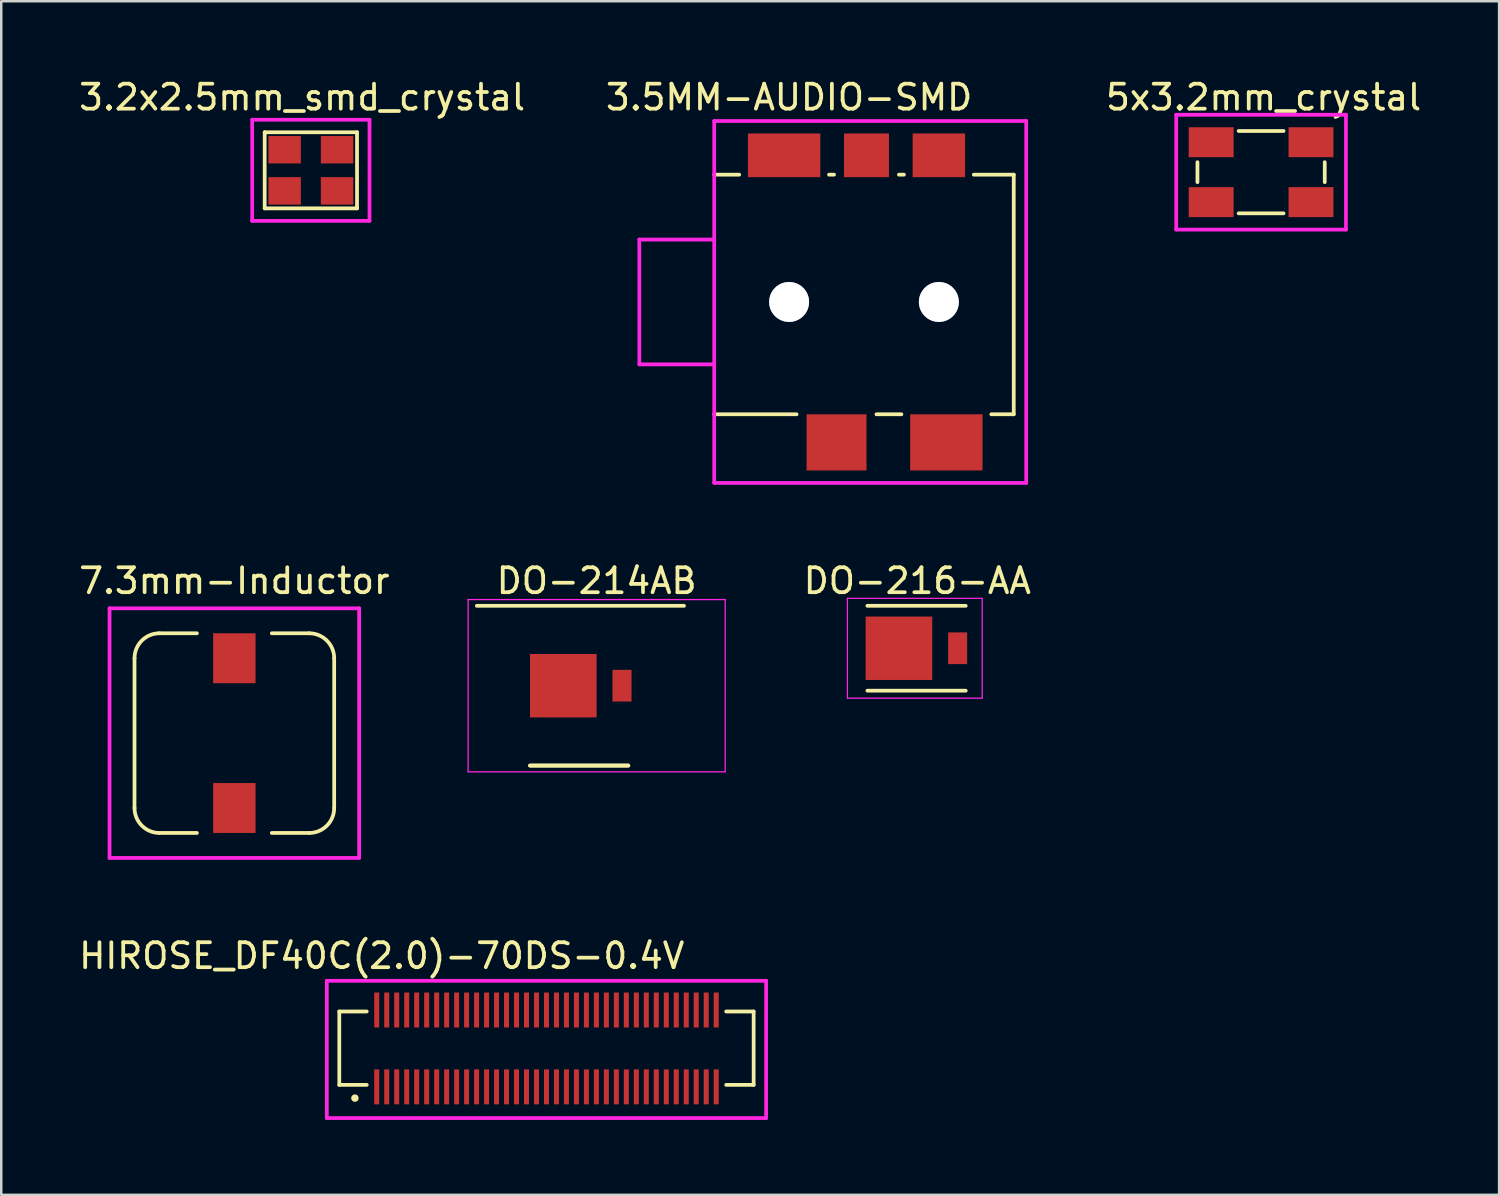
<source format=kicad_pcb>
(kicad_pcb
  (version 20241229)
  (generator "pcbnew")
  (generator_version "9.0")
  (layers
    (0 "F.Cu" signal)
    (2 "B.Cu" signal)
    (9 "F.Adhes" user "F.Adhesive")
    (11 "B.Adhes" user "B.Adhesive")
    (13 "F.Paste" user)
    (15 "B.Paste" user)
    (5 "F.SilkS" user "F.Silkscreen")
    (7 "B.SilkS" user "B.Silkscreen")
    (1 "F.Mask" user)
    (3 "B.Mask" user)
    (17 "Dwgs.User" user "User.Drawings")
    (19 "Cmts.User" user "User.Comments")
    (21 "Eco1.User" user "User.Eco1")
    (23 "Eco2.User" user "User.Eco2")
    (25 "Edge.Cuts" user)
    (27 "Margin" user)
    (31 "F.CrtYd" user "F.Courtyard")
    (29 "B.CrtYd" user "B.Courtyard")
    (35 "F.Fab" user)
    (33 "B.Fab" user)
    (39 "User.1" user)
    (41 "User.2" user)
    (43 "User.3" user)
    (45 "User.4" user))
  (footprint "3.5MM-AUDIO-SMD"
    (layer "F.Cu")
    (at 28.565 9.048)
    (property "Reference" "3.5MM-AUDIO-SMD" (at 0 -8.2 0) (layer "F.SilkS") (effects (font (size 1 1) (thickness 0.15))))
    (attr through_hole)
    (fp_line (start -3 -5.1) (end -2 -5.1) (stroke (width 0.15) (type solid)) (layer "F.SilkS"))
    (fp_line (start 0.3 4.5) (end -3 4.5) (stroke (width 0.15) (type solid)) (layer "F.SilkS"))
    (fp_line (start 1.8 -5.1) (end 1.6 -5.1) (stroke (width 0.15) (type solid)) (layer "F.SilkS"))
    (fp_line (start 3.5 4.5) (end 4.5 4.5) (stroke (width 0.15) (type solid)) (layer "F.SilkS"))
    (fp_line (start 4.4 -5.1) (end 4.6 -5.1) (stroke (width 0.15) (type solid)) (layer "F.SilkS"))
    (fp_line (start 7.4 -5.1) (end 9 -5.1) (stroke (width 0.15) (type solid)) (layer "F.SilkS"))
    (fp_line (start 9 -5.1) (end 9 4.5) (stroke (width 0.15) (type solid)) (layer "F.SilkS"))
    (fp_line (start 9 4.5) (end 8.1 4.5) (stroke (width 0.15) (type solid)) (layer "F.SilkS"))
    (fp_line (start -6 -2.5) (end -3 -2.5) (stroke (width 0.15) (type solid)) (layer "F.CrtYd"))
    (fp_line (start -6 2.5) (end -6 -2.5) (stroke (width 0.15) (type solid)) (layer "F.CrtYd"))
    (fp_line (start -6 2.5) (end -3 2.5) (stroke (width 0.15) (type solid)) (layer "F.CrtYd"))
    (fp_line (start -3 -7.25) (end -3 7.25) (stroke (width 0.15) (type solid)) (layer "F.CrtYd"))
    (fp_line (start -3 -7.25) (end 9.5 -7.25) (stroke (width 0.15) (type solid)) (layer "F.CrtYd"))
    (fp_line (start -3 7.25) (end 9.5 7.25) (stroke (width 0.15) (type solid)) (layer "F.CrtYd"))
    (fp_line (start 9.5 -7.25) (end 9.5 7.25) (stroke (width 0.15) (type solid)) (layer "F.CrtYd"))
    (pad "1" smd rect (at -0.2 -5.875 180) (size 2.9 1.75) (layers "F.Cu" "F.Mask" "F.Paste"))
    (pad "2" smd rect (at 6.3 5.625 180) (size 2.9 2.25) (layers "F.Cu" "F.Mask" "F.Paste"))
    (pad "3" smd rect (at 6 -5.875 180) (size 2.1 1.75) (layers "F.Cu" "F.Mask" "F.Paste"))
    (pad "4" smd rect (at 1.9 5.625 180) (size 2.4 2.25) (layers "F.Cu" "F.Mask" "F.Paste"))
    (pad "5" smd rect (at 3.1 -5.875 180) (size 1.8 1.75) (layers "F.Cu" "F.Mask" "F.Paste"))
    (pad "~" thru_hole circle (at 0 0) (size 1.6 1.6) (drill 1.6) (layers "*.Cu" "*.Mask"))
    (pad "~" thru_hole circle (at 6 0 90) (size 1.6 1.6) (drill 1.6) (layers "*.Cu" "*.Mask")))
  (footprint "5x3.2mm_crystal"
    (layer "F.Cu")
    (at 47.475 3.848)
    (property "Reference" "5x3.2mm_crystal" (at 0.1 -3 0) (layer "F.SilkS") (effects (font (size 1 1) (thickness 0.15))))
    (attr through_hole)
    (fp_line (start -2.55 0.4) (end -2.55 -0.4) (stroke (width 0.15) (type solid)) (layer "F.SilkS"))
    (fp_line (start -0.9 -1.65) (end 0.9 -1.65) (stroke (width 0.15) (type solid)) (layer "F.SilkS"))
    (fp_line (start -0.9 1.65) (end 0.9 1.65) (stroke (width 0.15) (type solid)) (layer "F.SilkS"))
    (fp_line (start 2.55 0.4) (end 2.55 -0.4) (stroke (width 0.15) (type solid)) (layer "F.SilkS"))
    (fp_line (start -3.4 -2.3) (end -3.4 2.3) (stroke (width 0.15) (type solid)) (layer "F.CrtYd"))
    (fp_line (start -3.4 2.3) (end 3.4 2.3) (stroke (width 0.15) (type solid)) (layer "F.CrtYd"))
    (fp_line (start 3.4 -2.3) (end -3.4 -2.3) (stroke (width 0.15) (type solid)) (layer "F.CrtYd"))
    (fp_line (start 3.4 2.3) (end 3.4 -2.3) (stroke (width 0.15) (type solid)) (layer "F.CrtYd"))
    (pad "1" smd rect (at -2 1.2) (size 1.8 1.2) (layers "F.Cu" "F.Mask" "F.Paste"))
    (pad "2" smd rect (at 2 1.2) (size 1.8 1.2) (layers "F.Cu" "F.Mask" "F.Paste"))
    (pad "3" smd rect (at 2 -1.2) (size 1.8 1.2) (layers "F.Cu" "F.Mask" "F.Paste"))
    (pad "4" smd rect (at -2 -1.2) (size 1.8 1.2) (layers "F.Cu" "F.Mask" "F.Paste")))
  (footprint "7.3mm-Inductor"
    (layer "F.Cu")
    (at 6.339 26.322)
    (property "Reference" "7.3mm-Inductor" (at 0 -6.1 0) (layer "F.SilkS") (effects (font (size 1 1) (thickness 0.15))))
    (attr through_hole)
    (fp_line (start -4 3) (end -4 -3) (stroke (width 0.15) (type solid)) (layer "F.SilkS"))
    (fp_line (start -3 -4) (end -1.5 -4) (stroke (width 0.15) (type solid)) (layer "F.SilkS"))
    (fp_line (start -3 4) (end -1.5 4) (stroke (width 0.15) (type solid)) (layer "F.SilkS"))
    (fp_line (start 1.5 -4) (end 3 -4) (stroke (width 0.15) (type solid)) (layer "F.SilkS"))
    (fp_line (start 1.5 4) (end 3 4) (stroke (width 0.15) (type solid)) (layer "F.SilkS"))
    (fp_line (start 4 -3) (end 4 3) (stroke (width 0.15) (type solid)) (layer "F.SilkS"))
    (fp_arc (start -4 -3) (mid -3.707107 -3.707107) (end -3 -4) (stroke (width 0.15) (type solid)) (layer "F.SilkS"))
    (fp_arc (start -3 4) (mid -3.707107 3.707107) (end -4 3) (stroke (width 0.15) (type solid)) (layer "F.SilkS"))
    (fp_arc (start 3 -4) (mid 3.707107 -3.707107) (end 4 -3) (stroke (width 0.15) (type solid)) (layer "F.SilkS"))
    (fp_arc (start 4 3) (mid 3.707107 3.707107) (end 3 4) (stroke (width 0.15) (type solid)) (layer "F.SilkS"))
    (fp_line (start -5 -5) (end 5 -5) (stroke (width 0.15) (type solid)) (layer "F.CrtYd"))
    (fp_line (start -5 5) (end -5 -5) (stroke (width 0.15) (type solid)) (layer "F.CrtYd"))
    (fp_line (start 5 -5) (end 5 5) (stroke (width 0.15) (type solid)) (layer "F.CrtYd"))
    (fp_line (start 5 5) (end -5 5) (stroke (width 0.15) (type solid)) (layer "F.CrtYd"))
    (pad "1" smd rect (at 0 -3) (size 1.7 2) (layers "F.Cu" "F.Mask" "F.Paste"))
    (pad "2" smd rect (at 0 3) (size 1.7 2) (layers "F.Cu" "F.Mask" "F.Paste")))
  (footprint "DO-216-AA"
    (layer "F.Cu")
    (at 34.301 22.922)
    (property "Reference" "DO-216-AA" (at -0.6 -2.7 0) (layer "F.SilkS") (effects (font (size 1 1) (thickness 0.15))))
    (attr smd)
    (fp_line (start 1.34 -1.7) (end -2.6 -1.7) (stroke (width 0.15) (type solid)) (layer "F.SilkS"))
    (fp_line (start 1.34 1.7) (end -2.6 1.7) (stroke (width 0.15) (type solid)) (layer "F.SilkS"))
    (fp_line (start -3.4 -2) (end 2 -2) (stroke (width 0.05) (type solid)) (layer "F.CrtYd"))
    (fp_line (start -3.4 2) (end -3.4 -2) (stroke (width 0.05) (type solid)) (layer "F.CrtYd"))
    (fp_line (start 2 -2) (end 2 2) (stroke (width 0.05) (type solid)) (layer "F.CrtYd"))
    (fp_line (start 2 2) (end -3.4 2) (stroke (width 0.05) (type solid)) (layer "F.CrtYd"))
    (pad "1" smd rect (at -1.335 0) (size 2.67 2.54) (layers "F.Cu" "F.Mask" "F.Paste"))
    (pad "2" smd rect (at 1.016 0) (size 0.762 1.27) (layers "F.Cu" "F.Mask" "F.Paste")))
  (footprint "3.2x2.5mm_smd_crystal"
    (layer "F.Cu")
    (at 8.354 2.948)
    (property "Reference" "3.2x2.5mm_smd_crystal" (at 0.7 -2.1 0) (layer "F.SilkS") (effects (font (size 1 1) (thickness 0.15))))
    (attr through_hole)
    (fp_line (start -0.8 -0.7) (end -0.8 2.35) (stroke (width 0.15) (type solid)) (layer "F.SilkS"))
    (fp_line (start -0.8 -0.7) (end 2.9 -0.7) (stroke (width 0.15) (type solid)) (layer "F.SilkS"))
    (fp_line (start 2.9 -0.7) (end 2.9 2.35) (stroke (width 0.15) (type solid)) (layer "F.SilkS"))
    (fp_line (start 2.9 2.35) (end -0.8 2.35) (stroke (width 0.15) (type solid)) (layer "F.SilkS"))
    (fp_line (start -1.3 -1.2) (end -1.3 2.85) (stroke (width 0.15) (type solid)) (layer "F.CrtYd"))
    (fp_line (start -1.3 -1.2) (end 3.4 -1.2) (stroke (width 0.15) (type solid)) (layer "F.CrtYd"))
    (fp_line (start 3.4 2.85) (end -1.3 2.85) (stroke (width 0.15) (type solid)) (layer "F.CrtYd"))
    (fp_line (start 3.4 2.85) (end 3.4 -1.2) (stroke (width 0.15) (type solid)) (layer "F.CrtYd"))
    (pad "1" smd rect (at 0 1.65) (size 1.3 1.1) (layers "F.Cu" "F.Mask" "F.Paste"))
    (pad "2" smd rect (at 2.1 1.65) (size 1.3 1.1) (layers "F.Cu" "F.Mask" "F.Paste"))
    (pad "3" smd rect (at 2.1 0) (size 1.3 1.1) (layers "F.Cu" "F.Mask" "F.Paste"))
    (pad "4" smd rect (at 0 0) (size 1.3 1.1) (layers "F.Cu" "F.Mask" "F.Paste")))
  (footprint "HIROSE_DF40C(2.0)-70DS-0.4V"
    (layer "F.Cu")
    (at 18.844 38.945)
    (property "Reference" "HIROSE_DF40C(2.0)-70DS-0.4V" (at -6.6 -3.7 0) (layer "F.SilkS") (effects (font (size 1 1) (thickness 0.15))))
    (attr through_hole)
    (fp_line (start -8.3 -1.47) (end -7.2 -1.47) (stroke (width 0.15) (type solid)) (layer "F.SilkS"))
    (fp_line (start -8.3 1.47) (end -8.3 -1.47) (stroke (width 0.15) (type solid)) (layer "F.SilkS"))
    (fp_line (start -8.3 1.47) (end -7.2 1.47) (stroke (width 0.15) (type solid)) (layer "F.SilkS"))
    (fp_line (start 7.2 -1.47) (end 8.3 -1.47) (stroke (width 0.15) (type solid)) (layer "F.SilkS"))
    (fp_line (start 7.2 1.47) (end 8.3 1.47) (stroke (width 0.15) (type solid)) (layer "F.SilkS"))
    (fp_line (start 8.3 -1.47) (end 8.3 1.47) (stroke (width 0.15) (type solid)) (layer "F.SilkS"))
    (fp_circle (center -7.675 2) (end -7.6 2) (stroke (width 0.15) (type solid)) (fill no) (layer "F.SilkS"))
    (fp_line (start -8.8 -2.7) (end 8.8 -2.7) (stroke (width 0.15) (type solid)) (layer "F.CrtYd"))
    (fp_line (start -8.8 2.8) (end -8.8 -2.7) (stroke (width 0.15) (type solid)) (layer "F.CrtYd"))
    (fp_line (start 8.8 -2.7) (end 8.8 2.8) (stroke (width 0.15) (type solid)) (layer "F.CrtYd"))
    (fp_line (start 8.8 2.8) (end -8.8 2.8) (stroke (width 0.15) (type solid)) (layer "F.CrtYd"))
    (pad "1" smd rect (at -6.8 1.55) (size 0.2 1.4) (layers "F.Cu" "F.Mask" "F.Paste"))
    (pad "2" smd rect (at -6.8 -1.53) (size 0.2 1.4) (layers "F.Cu" "F.Mask" "F.Paste"))
    (pad "3" smd rect (at -6.4 1.55) (size 0.2 1.4) (layers "F.Cu" "F.Mask" "F.Paste"))
    (pad "4" smd rect (at -6.4 -1.53) (size 0.2 1.4) (layers "F.Cu" "F.Mask" "F.Paste"))
    (pad "5" smd rect (at -6 1.55) (size 0.2 1.4) (layers "F.Cu" "F.Mask" "F.Paste"))
    (pad "6" smd rect (at -6 -1.53) (size 0.2 1.4) (layers "F.Cu" "F.Mask" "F.Paste"))
    (pad "7" smd rect (at -5.6 1.55) (size 0.2 1.4) (layers "F.Cu" "F.Mask" "F.Paste"))
    (pad "8" smd rect (at -5.6 -1.53) (size 0.2 1.4) (layers "F.Cu" "F.Mask" "F.Paste"))
    (pad "9" smd rect (at -5.2 1.55) (size 0.2 1.4) (layers "F.Cu" "F.Mask" "F.Paste"))
    (pad "10" smd rect (at -5.2 -1.53) (size 0.2 1.4) (layers "F.Cu" "F.Mask" "F.Paste"))
    (pad "11" smd rect (at -4.8 1.55) (size 0.2 1.4) (layers "F.Cu" "F.Mask" "F.Paste"))
    (pad "12" smd rect (at -4.8 -1.53) (size 0.2 1.4) (layers "F.Cu" "F.Mask" "F.Paste"))
    (pad "13" smd rect (at -4.4 1.55) (size 0.2 1.4) (layers "F.Cu" "F.Mask" "F.Paste"))
    (pad "14" smd rect (at -4.4 -1.53) (size 0.2 1.4) (layers "F.Cu" "F.Mask" "F.Paste"))
    (pad "15" smd rect (at -4 1.55) (size 0.2 1.4) (layers "F.Cu" "F.Mask" "F.Paste"))
    (pad "16" smd rect (at -4 -1.53) (size 0.2 1.4) (layers "F.Cu" "F.Mask" "F.Paste"))
    (pad "17" smd rect (at -3.6 1.55) (size 0.2 1.4) (layers "F.Cu" "F.Mask" "F.Paste"))
    (pad "18" smd rect (at -3.6 -1.53) (size 0.2 1.4) (layers "F.Cu" "F.Mask" "F.Paste"))
    (pad "19" smd rect (at -3.2 1.55) (size 0.2 1.4) (layers "F.Cu" "F.Mask" "F.Paste"))
    (pad "20" smd rect (at -3.2 -1.53) (size 0.2 1.4) (layers "F.Cu" "F.Mask" "F.Paste"))
    (pad "21" smd rect (at -2.8 1.55) (size 0.2 1.4) (layers "F.Cu" "F.Mask" "F.Paste"))
    (pad "22" smd rect (at -2.8 -1.53) (size 0.2 1.4) (layers "F.Cu" "F.Mask" "F.Paste"))
    (pad "23" smd rect (at -2.4 1.55) (size 0.2 1.4) (layers "F.Cu" "F.Mask" "F.Paste"))
    (pad "24" smd rect (at -2.4 -1.53) (size 0.2 1.4) (layers "F.Cu" "F.Mask" "F.Paste"))
    (pad "25" smd rect (at -2 1.55) (size 0.2 1.4) (layers "F.Cu" "F.Mask" "F.Paste"))
    (pad "26" smd rect (at -2 -1.53) (size 0.2 1.4) (layers "F.Cu" "F.Mask" "F.Paste"))
    (pad "27" smd rect (at -1.6 1.55) (size 0.2 1.4) (layers "F.Cu" "F.Mask" "F.Paste"))
    (pad "28" smd rect (at -1.6 -1.53) (size 0.2 1.4) (layers "F.Cu" "F.Mask" "F.Paste"))
    (pad "29" smd rect (at -1.2 1.55) (size 0.2 1.4) (layers "F.Cu" "F.Mask" "F.Paste"))
    (pad "30" smd rect (at -1.2 -1.53) (size 0.2 1.4) (layers "F.Cu" "F.Mask" "F.Paste"))
    (pad "31" smd rect (at -0.8 1.55) (size 0.2 1.4) (layers "F.Cu" "F.Mask" "F.Paste"))
    (pad "32" smd rect (at -0.8 -1.53) (size 0.2 1.4) (layers "F.Cu" "F.Mask" "F.Paste"))
    (pad "33" smd rect (at -0.4 1.55) (size 0.2 1.4) (layers "F.Cu" "F.Mask" "F.Paste"))
    (pad "34" smd rect (at -0.4 -1.53) (size 0.2 1.4) (layers "F.Cu" "F.Mask" "F.Paste"))
    (pad "35" smd rect (at 0 1.55) (size 0.2 1.4) (layers "F.Cu" "F.Mask" "F.Paste"))
    (pad "36" smd rect (at 0 -1.53) (size 0.2 1.4) (layers "F.Cu" "F.Mask" "F.Paste"))
    (pad "37" smd rect (at 0.4 1.55) (size 0.2 1.4) (layers "F.Cu" "F.Mask" "F.Paste"))
    (pad "38" smd rect (at 0.4 -1.53) (size 0.2 1.4) (layers "F.Cu" "F.Mask" "F.Paste"))
    (pad "39" smd rect (at 0.8 1.55) (size 0.2 1.4) (layers "F.Cu" "F.Mask" "F.Paste"))
    (pad "40" smd rect (at 0.8 -1.53) (size 0.2 1.4) (layers "F.Cu" "F.Mask" "F.Paste"))
    (pad "41" smd rect (at 1.2 1.55) (size 0.2 1.4) (layers "F.Cu" "F.Mask" "F.Paste"))
    (pad "42" smd rect (at 1.2 -1.53) (size 0.2 1.4) (layers "F.Cu" "F.Mask" "F.Paste"))
    (pad "43" smd rect (at 1.6 1.55) (size 0.2 1.4) (layers "F.Cu" "F.Mask" "F.Paste"))
    (pad "44" smd rect (at 1.6 -1.53) (size 0.2 1.4) (layers "F.Cu" "F.Mask" "F.Paste"))
    (pad "45" smd rect (at 2 1.55) (size 0.2 1.4) (layers "F.Cu" "F.Mask" "F.Paste"))
    (pad "46" smd rect (at 2 -1.53) (size 0.2 1.4) (layers "F.Cu" "F.Mask" "F.Paste"))
    (pad "47" smd rect (at 2.4 1.55) (size 0.2 1.4) (layers "F.Cu" "F.Mask" "F.Paste"))
    (pad "48" smd rect (at 2.4 -1.53) (size 0.2 1.4) (layers "F.Cu" "F.Mask" "F.Paste"))
    (pad "49" smd rect (at 2.8 1.55) (size 0.2 1.4) (layers "F.Cu" "F.Mask" "F.Paste"))
    (pad "50" smd rect (at 2.8 -1.53) (size 0.2 1.4) (layers "F.Cu" "F.Mask" "F.Paste"))
    (pad "51" smd rect (at 3.2 1.55) (size 0.2 1.4) (layers "F.Cu" "F.Mask" "F.Paste"))
    (pad "52" smd rect (at 3.2 -1.53) (size 0.2 1.4) (layers "F.Cu" "F.Mask" "F.Paste"))
    (pad "53" smd rect (at 3.6 1.55) (size 0.2 1.4) (layers "F.Cu" "F.Mask" "F.Paste"))
    (pad "54" smd rect (at 3.6 -1.53) (size 0.2 1.4) (layers "F.Cu" "F.Mask" "F.Paste"))
    (pad "55" smd rect (at 4 1.55) (size 0.2 1.4) (layers "F.Cu" "F.Mask" "F.Paste"))
    (pad "56" smd rect (at 4 -1.53) (size 0.2 1.4) (layers "F.Cu" "F.Mask" "F.Paste"))
    (pad "57" smd rect (at 4.4 1.55) (size 0.2 1.4) (layers "F.Cu" "F.Mask" "F.Paste"))
    (pad "58" smd rect (at 4.4 -1.53) (size 0.2 1.4) (layers "F.Cu" "F.Mask" "F.Paste"))
    (pad "59" smd rect (at 4.8 1.55) (size 0.2 1.4) (layers "F.Cu" "F.Mask" "F.Paste"))
    (pad "60" smd rect (at 4.8 -1.53) (size 0.2 1.4) (layers "F.Cu" "F.Mask" "F.Paste"))
    (pad "61" smd rect (at 5.2 1.55) (size 0.2 1.4) (layers "F.Cu" "F.Mask" "F.Paste"))
    (pad "62" smd rect (at 5.2 -1.53) (size 0.2 1.4) (layers "F.Cu" "F.Mask" "F.Paste"))
    (pad "63" smd rect (at 5.6 1.55) (size 0.2 1.4) (layers "F.Cu" "F.Mask" "F.Paste"))
    (pad "64" smd rect (at 5.6 -1.53) (size 0.2 1.4) (layers "F.Cu" "F.Mask" "F.Paste"))
    (pad "65" smd rect (at 6 1.55) (size 0.2 1.4) (layers "F.Cu" "F.Mask" "F.Paste"))
    (pad "66" smd rect (at 6 -1.53) (size 0.2 1.4) (layers "F.Cu" "F.Mask" "F.Paste"))
    (pad "67" smd rect (at 6.4 1.55) (size 0.2 1.4) (layers "F.Cu" "F.Mask" "F.Paste"))
    (pad "68" smd rect (at 6.4 -1.53) (size 0.2 1.4) (layers "F.Cu" "F.Mask" "F.Paste"))
    (pad "69" smd rect (at 6.8 1.55) (size 0.2 1.4) (layers "F.Cu" "F.Mask" "F.Paste"))
    (pad "70" smd rect (at 6.8 -1.53) (size 0.2 1.4) (layers "F.Cu" "F.Mask" "F.Paste")))
  (footprint "DO-214AB"
    (layer "F.Cu")
    (at 20.854 24.422)
    (property "Reference" "DO-214AB" (at 0 -4.2 0) (layer "F.SilkS") (effects (font (size 1 1) (thickness 0.15))))
    (attr smd)
    (fp_line (start -4.8 -3.2) (end 3.5 -3.2) (stroke (width 0.15) (type solid)) (layer "F.SilkS"))
    (fp_line (start 1.27 3.2) (end -2.67 3.2) (stroke (width 0.15) (type solid)) (layer "F.SilkS"))
    (fp_line (start 1.27 3.2) (end -2.67 3.2) (stroke (width 0.15) (type solid)) (layer "F.SilkS"))
    (fp_line (start -5.15 -3.45) (end 5.15 -3.45) (stroke (width 0.05) (type solid)) (layer "F.CrtYd"))
    (fp_line (start -5.15 3.45) (end -5.15 -3.45) (stroke (width 0.05) (type solid)) (layer "F.CrtYd"))
    (fp_line (start 5.15 -3.45) (end 5.15 3.45) (stroke (width 0.05) (type solid)) (layer "F.CrtYd"))
    (fp_line (start 5.15 3.45) (end -5.15 3.45) (stroke (width 0.05) (type solid)) (layer "F.CrtYd"))
    (pad "1" smd rect (at -1.335 0) (size 2.67 2.54) (layers "F.Cu" "F.Mask" "F.Paste"))
    (pad "2" smd rect (at 1.016 0) (size 0.762 1.27) (layers "F.Cu" "F.Mask" "F.Paste")))
  (gr_rect
    (start -3 -3)
    (end 57.01 44.82)
    (stroke (width 0.1) (type default))
    (fill no)
    (layer "Edge.Cuts")))
</source>
